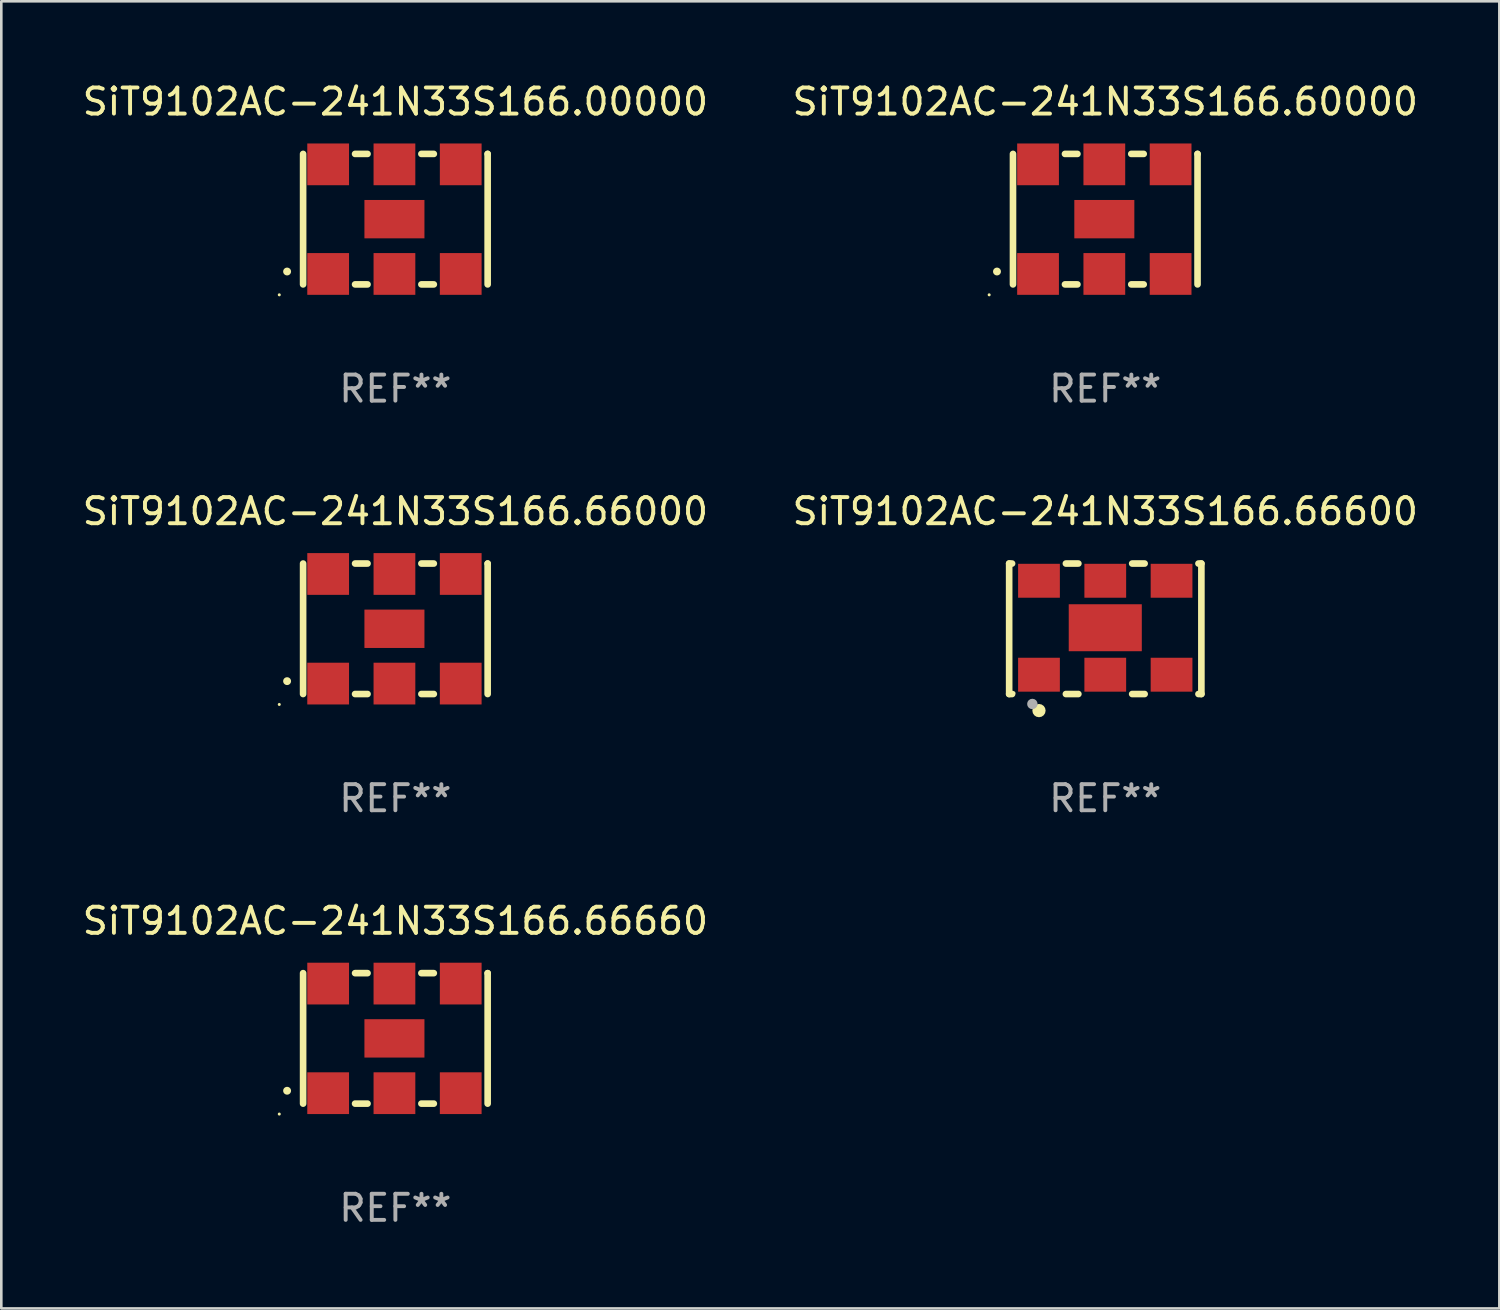
<source format=kicad_pcb>
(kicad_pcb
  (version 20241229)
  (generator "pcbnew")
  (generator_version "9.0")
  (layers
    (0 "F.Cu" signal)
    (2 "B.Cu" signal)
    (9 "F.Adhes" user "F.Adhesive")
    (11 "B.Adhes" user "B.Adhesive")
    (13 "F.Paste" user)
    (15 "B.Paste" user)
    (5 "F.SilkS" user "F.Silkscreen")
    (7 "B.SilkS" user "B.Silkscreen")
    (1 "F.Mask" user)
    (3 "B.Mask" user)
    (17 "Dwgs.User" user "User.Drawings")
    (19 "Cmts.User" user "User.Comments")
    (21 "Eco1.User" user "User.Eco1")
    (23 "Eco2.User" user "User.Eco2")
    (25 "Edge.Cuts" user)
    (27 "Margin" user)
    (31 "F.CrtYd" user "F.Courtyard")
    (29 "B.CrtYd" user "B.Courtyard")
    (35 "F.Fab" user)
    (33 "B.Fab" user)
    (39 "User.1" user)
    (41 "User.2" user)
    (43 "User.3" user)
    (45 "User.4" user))
  (footprint "SiT9102AC-241N33S166.66600"
    (layer "F.Cu")
    (at 39.304 21.045)
    (property "Reference" "SiT9102AC-241N33S166.66600" (at 0 -4.5 0) (layer "F.SilkS") (effects (font (size 1 1) (thickness 0.15))))
    (attr through_hole)
    (fp_line (start -3.683 -2.5) (end -3.571 -2.5) (stroke (width 0.254) (type solid)) (layer "F.SilkS"))
    (fp_line (start -3.683 2.5) (end -3.683 -2.5) (stroke (width 0.254) (type solid)) (layer "F.SilkS"))
    (fp_line (start -3.683 2.5) (end -3.571 2.5) (stroke (width 0.254) (type solid)) (layer "F.SilkS"))
    (fp_line (start -1.509 -2.5) (end -1.031 -2.5) (stroke (width 0.254) (type solid)) (layer "F.SilkS"))
    (fp_line (start -1.509 2.5) (end -1.031 2.5) (stroke (width 0.254) (type solid)) (layer "F.SilkS"))
    (fp_line (start 1.031 -2.5) (end 1.509 -2.5) (stroke (width 0.254) (type solid)) (layer "F.SilkS"))
    (fp_line (start 1.031 2.5) (end 1.509 2.5) (stroke (width 0.254) (type solid)) (layer "F.SilkS"))
    (fp_line (start 3.571 -2.5) (end 3.683 -2.5) (stroke (width 0.254) (type solid)) (layer "F.SilkS"))
    (fp_line (start 3.571 2.5) (end 3.683 2.5) (stroke (width 0.254) (type solid)) (layer "F.SilkS"))
    (fp_line (start 3.683 2.5) (end 3.683 -2.5) (stroke (width 0.254) (type solid)) (layer "F.SilkS"))
    (fp_circle (center -3.5 2.46) (end -3.47 2.46) (stroke (width 0.06) (type solid)) (fill no) (layer "F.SilkS"))
    (fp_circle (center -2.54 3.135) (end -2.413 3.135) (stroke (width 0.254) (type solid)) (fill no) (layer "F.SilkS"))
    (fp_circle (center -2.794 2.881) (end -2.694 2.881) (stroke (width 0.2) (type solid)) (fill no) (layer "F.Fab"))
    (fp_text user "REF**" (at 0 6.5 0) (layer "F.Fab") (effects (font (size 1 1) (thickness 0.15))))
    (pad "1" smd rect (at -2.54 1.76) (size 1.6 1.3) (layers "F.Cu" "F.Mask" "F.Paste"))
    (pad "2" smd rect (at 0 1.76) (size 1.6 1.3) (layers "F.Cu" "F.Mask" "F.Paste"))
    (pad "3" smd rect (at 2.54 1.76) (size 1.6 1.3) (layers "F.Cu" "F.Mask" "F.Paste"))
    (pad "4" smd rect (at 2.54 -1.84) (size 1.6 1.3) (layers "F.Cu" "F.Mask" "F.Paste"))
    (pad "5" smd rect (at 0 -1.84) (size 1.6 1.3) (layers "F.Cu" "F.Mask" "F.Paste"))
    (pad "6" smd rect (at -2.54 -1.84) (size 1.6 1.3) (layers "F.Cu" "F.Mask" "F.Paste"))
    (pad "7" smd rect (at 0 -0.04) (size 2.8 1.8) (layers "F.Cu" "F.Mask" "F.Paste")))
  (footprint "SiT9102AC-241N33S166.60000"
    (layer "F.Cu")
    (at 39.304 5.348)
    (property "Reference" "SiT9102AC-241N33S166.60000" (at 0 -4.5 0) (layer "F.SilkS") (effects (font (size 1 1) (thickness 0.15))))
    (attr through_hole)
    (fp_line (start -3.536 -2.5) (end -3.536 2.5) (stroke (width 0.254) (type solid)) (layer "F.SilkS"))
    (fp_line (start -1.544 2.5) (end -1.067 2.5) (stroke (width 0.254) (type solid)) (layer "F.SilkS"))
    (fp_line (start -1.067 -2.5) (end -1.544 -2.5) (stroke (width 0.254) (type solid)) (layer "F.SilkS"))
    (fp_line (start 0.996 2.5) (end 1.473 2.5) (stroke (width 0.254) (type solid)) (layer "F.SilkS"))
    (fp_line (start 1.473 -2.5) (end 0.996 -2.5) (stroke (width 0.254) (type solid)) (layer "F.SilkS"))
    (fp_line (start 3.536 -2.5) (end 3.536 -2.5) (stroke (width 0.254) (type solid)) (layer "F.SilkS"))
    (fp_line (start 3.536 2.5) (end 3.536 -2.5) (stroke (width 0.254) (type solid)) (layer "F.SilkS"))
    (fp_arc (start -4.150432 2.006604) (mid -4.149162 2.006599) (end -4.147892 2.006604) (stroke (width 0.3) (type solid)) (layer "F.SilkS"))
    (fp_circle (center -4.449 2.9) (end -4.419 2.9) (stroke (width 0.06) (type solid)) (fill no) (layer "F.SilkS"))
    (fp_text user "REF**" (at 0 6.5 0) (layer "F.Fab") (effects (font (size 1 1) (thickness 0.15))))
    (pad "1" smd rect (at -2.576 2.1) (size 1.6 1.6) (layers "F.Cu" "F.Mask" "F.Paste"))
    (pad "2" smd rect (at -0.036 2.1) (size 1.6 1.6) (layers "F.Cu" "F.Mask" "F.Paste"))
    (pad "3" smd rect (at 2.504 2.1) (size 1.6 1.6) (layers "F.Cu" "F.Mask" "F.Paste"))
    (pad "4" smd rect (at 2.504 -2.1) (size 1.6 1.6) (layers "F.Cu" "F.Mask" "F.Paste"))
    (pad "5" smd rect (at -0.036 -2.1) (size 1.6 1.6) (layers "F.Cu" "F.Mask" "F.Paste"))
    (pad "6" smd rect (at -2.576 -2.1) (size 1.6 1.6) (layers "F.Cu" "F.Mask" "F.Paste"))
    (pad "7" smd rect (at -0.036 0) (size 2.3 1.47) (layers "F.Cu" "F.Mask" "F.Paste")))
  (footprint "SiT9102AC-241N33S166.66660"
    (layer "F.Cu")
    (at 12.101 36.741)
    (property "Reference" "SiT9102AC-241N33S166.66660" (at 0 -4.5 0) (layer "F.SilkS") (effects (font (size 1 1) (thickness 0.15))))
    (attr through_hole)
    (fp_line (start -3.536 -2.5) (end -3.536 2.5) (stroke (width 0.254) (type solid)) (layer "F.SilkS"))
    (fp_line (start -1.544 2.5) (end -1.067 2.5) (stroke (width 0.254) (type solid)) (layer "F.SilkS"))
    (fp_line (start -1.067 -2.5) (end -1.544 -2.5) (stroke (width 0.254) (type solid)) (layer "F.SilkS"))
    (fp_line (start 0.996 2.5) (end 1.473 2.5) (stroke (width 0.254) (type solid)) (layer "F.SilkS"))
    (fp_line (start 1.473 -2.5) (end 0.996 -2.5) (stroke (width 0.254) (type solid)) (layer "F.SilkS"))
    (fp_line (start 3.536 -2.5) (end 3.536 -2.5) (stroke (width 0.254) (type solid)) (layer "F.SilkS"))
    (fp_line (start 3.536 2.5) (end 3.536 -2.5) (stroke (width 0.254) (type solid)) (layer "F.SilkS"))
    (fp_arc (start -4.150432 2.006604) (mid -4.149162 2.006599) (end -4.147892 2.006604) (stroke (width 0.3) (type solid)) (layer "F.SilkS"))
    (fp_circle (center -4.449 2.9) (end -4.419 2.9) (stroke (width 0.06) (type solid)) (fill no) (layer "F.SilkS"))
    (fp_text user "REF**" (at 0 6.5 0) (layer "F.Fab") (effects (font (size 1 1) (thickness 0.15))))
    (pad "1" smd rect (at -2.576 2.1) (size 1.6 1.6) (layers "F.Cu" "F.Mask" "F.Paste"))
    (pad "2" smd rect (at -0.036 2.1) (size 1.6 1.6) (layers "F.Cu" "F.Mask" "F.Paste"))
    (pad "3" smd rect (at 2.504 2.1) (size 1.6 1.6) (layers "F.Cu" "F.Mask" "F.Paste"))
    (pad "4" smd rect (at 2.504 -2.1) (size 1.6 1.6) (layers "F.Cu" "F.Mask" "F.Paste"))
    (pad "5" smd rect (at -0.036 -2.1) (size 1.6 1.6) (layers "F.Cu" "F.Mask" "F.Paste"))
    (pad "6" smd rect (at -2.576 -2.1) (size 1.6 1.6) (layers "F.Cu" "F.Mask" "F.Paste"))
    (pad "7" smd rect (at -0.036 0) (size 2.3 1.47) (layers "F.Cu" "F.Mask" "F.Paste")))
  (footprint "SiT9102AC-241N33S166.66000"
    (layer "F.Cu")
    (at 12.101 21.045)
    (property "Reference" "SiT9102AC-241N33S166.66000" (at 0 -4.5 0) (layer "F.SilkS") (effects (font (size 1 1) (thickness 0.15))))
    (attr through_hole)
    (fp_line (start -3.536 -2.5) (end -3.536 2.5) (stroke (width 0.254) (type solid)) (layer "F.SilkS"))
    (fp_line (start -1.544 2.5) (end -1.067 2.5) (stroke (width 0.254) (type solid)) (layer "F.SilkS"))
    (fp_line (start -1.067 -2.5) (end -1.544 -2.5) (stroke (width 0.254) (type solid)) (layer "F.SilkS"))
    (fp_line (start 0.996 2.5) (end 1.473 2.5) (stroke (width 0.254) (type solid)) (layer "F.SilkS"))
    (fp_line (start 1.473 -2.5) (end 0.996 -2.5) (stroke (width 0.254) (type solid)) (layer "F.SilkS"))
    (fp_line (start 3.536 -2.5) (end 3.536 -2.5) (stroke (width 0.254) (type solid)) (layer "F.SilkS"))
    (fp_line (start 3.536 2.5) (end 3.536 -2.5) (stroke (width 0.254) (type solid)) (layer "F.SilkS"))
    (fp_arc (start -4.150432 2.006604) (mid -4.149162 2.006599) (end -4.147892 2.006604) (stroke (width 0.3) (type solid)) (layer "F.SilkS"))
    (fp_circle (center -4.449 2.9) (end -4.419 2.9) (stroke (width 0.06) (type solid)) (fill no) (layer "F.SilkS"))
    (fp_text user "REF**" (at 0 6.5 0) (layer "F.Fab") (effects (font (size 1 1) (thickness 0.15))))
    (pad "1" smd rect (at -2.576 2.1) (size 1.6 1.6) (layers "F.Cu" "F.Mask" "F.Paste"))
    (pad "2" smd rect (at -0.036 2.1) (size 1.6 1.6) (layers "F.Cu" "F.Mask" "F.Paste"))
    (pad "3" smd rect (at 2.504 2.1) (size 1.6 1.6) (layers "F.Cu" "F.Mask" "F.Paste"))
    (pad "4" smd rect (at 2.504 -2.1) (size 1.6 1.6) (layers "F.Cu" "F.Mask" "F.Paste"))
    (pad "5" smd rect (at -0.036 -2.1) (size 1.6 1.6) (layers "F.Cu" "F.Mask" "F.Paste"))
    (pad "6" smd rect (at -2.576 -2.1) (size 1.6 1.6) (layers "F.Cu" "F.Mask" "F.Paste"))
    (pad "7" smd rect (at -0.036 0) (size 2.3 1.47) (layers "F.Cu" "F.Mask" "F.Paste")))
  (footprint "SiT9102AC-241N33S166.00000"
    (layer "F.Cu")
    (at 12.101 5.348)
    (property "Reference" "SiT9102AC-241N33S166.00000" (at 0 -4.5 0) (layer "F.SilkS") (effects (font (size 1 1) (thickness 0.15))))
    (attr through_hole)
    (fp_line (start -3.536 -2.5) (end -3.536 2.5) (stroke (width 0.254) (type solid)) (layer "F.SilkS"))
    (fp_line (start -1.544 2.5) (end -1.067 2.5) (stroke (width 0.254) (type solid)) (layer "F.SilkS"))
    (fp_line (start -1.067 -2.5) (end -1.544 -2.5) (stroke (width 0.254) (type solid)) (layer "F.SilkS"))
    (fp_line (start 0.996 2.5) (end 1.473 2.5) (stroke (width 0.254) (type solid)) (layer "F.SilkS"))
    (fp_line (start 1.473 -2.5) (end 0.996 -2.5) (stroke (width 0.254) (type solid)) (layer "F.SilkS"))
    (fp_line (start 3.536 -2.5) (end 3.536 -2.5) (stroke (width 0.254) (type solid)) (layer "F.SilkS"))
    (fp_line (start 3.536 2.5) (end 3.536 -2.5) (stroke (width 0.254) (type solid)) (layer "F.SilkS"))
    (fp_arc (start -4.150432 2.006604) (mid -4.149162 2.006599) (end -4.147892 2.006604) (stroke (width 0.3) (type solid)) (layer "F.SilkS"))
    (fp_circle (center -4.449 2.9) (end -4.419 2.9) (stroke (width 0.06) (type solid)) (fill no) (layer "F.SilkS"))
    (fp_text user "REF**" (at 0 6.5 0) (layer "F.Fab") (effects (font (size 1 1) (thickness 0.15))))
    (pad "1" smd rect (at -2.576 2.1) (size 1.6 1.6) (layers "F.Cu" "F.Mask" "F.Paste"))
    (pad "2" smd rect (at -0.036 2.1) (size 1.6 1.6) (layers "F.Cu" "F.Mask" "F.Paste"))
    (pad "3" smd rect (at 2.504 2.1) (size 1.6 1.6) (layers "F.Cu" "F.Mask" "F.Paste"))
    (pad "4" smd rect (at 2.504 -2.1) (size 1.6 1.6) (layers "F.Cu" "F.Mask" "F.Paste"))
    (pad "5" smd rect (at -0.036 -2.1) (size 1.6 1.6) (layers "F.Cu" "F.Mask" "F.Paste"))
    (pad "6" smd rect (at -2.576 -2.1) (size 1.6 1.6) (layers "F.Cu" "F.Mask" "F.Paste"))
    (pad "7" smd rect (at -0.036 0) (size 2.3 1.47) (layers "F.Cu" "F.Mask" "F.Paste")))
  (gr_rect
    (start -3 -3)
    (end 54.405 47.09)
    (stroke (width 0.1) (type default))
    (fill no)
    (layer "Edge.Cuts")))
</source>
